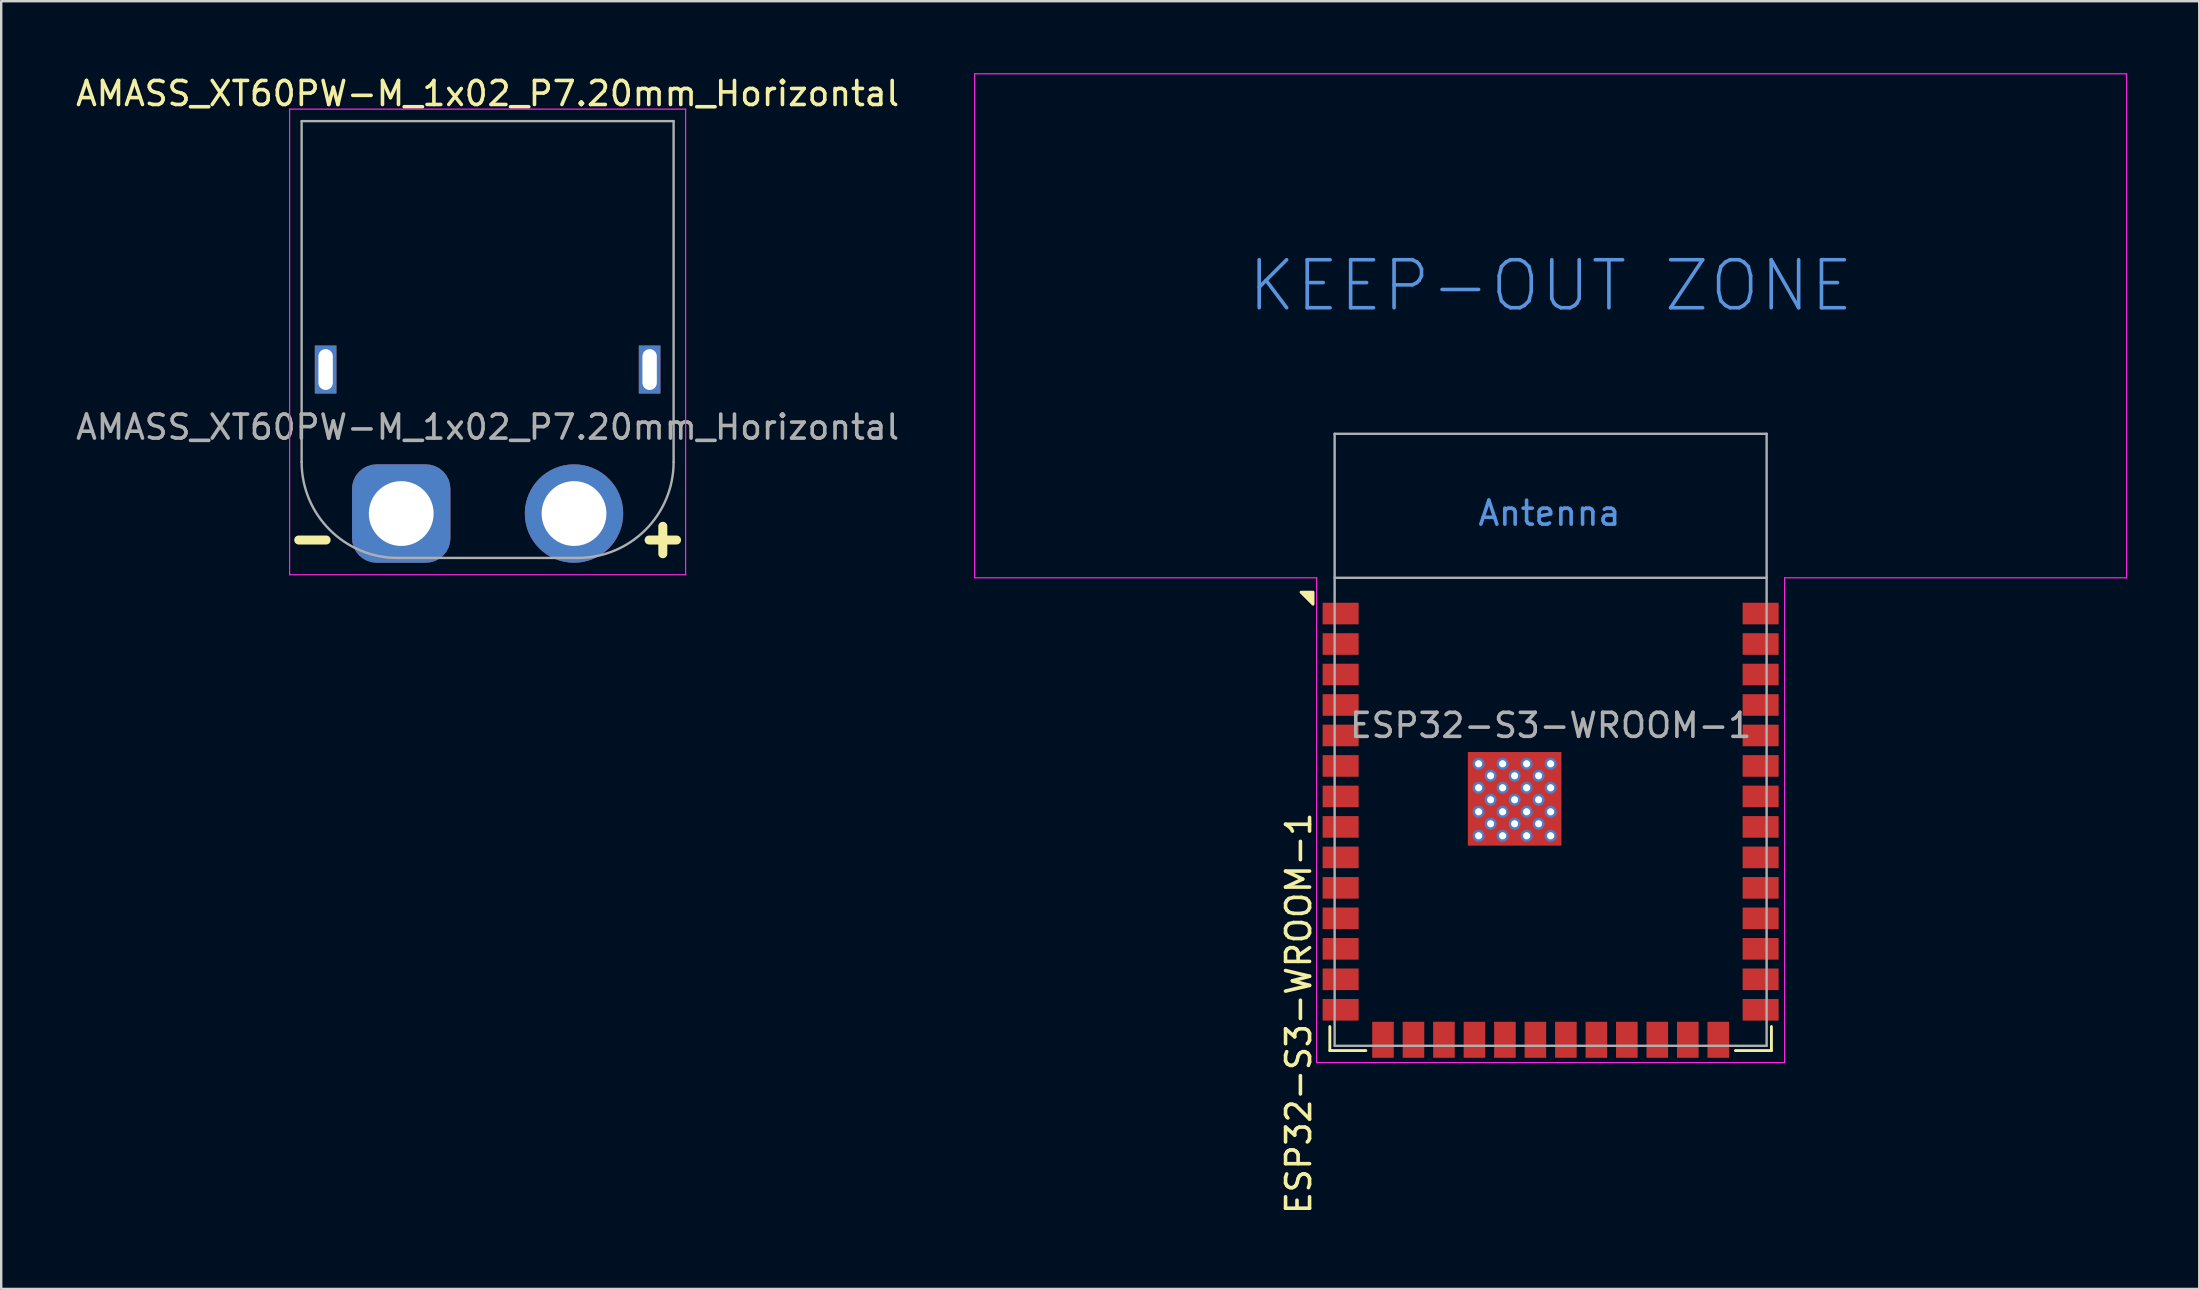
<source format=kicad_pcb>
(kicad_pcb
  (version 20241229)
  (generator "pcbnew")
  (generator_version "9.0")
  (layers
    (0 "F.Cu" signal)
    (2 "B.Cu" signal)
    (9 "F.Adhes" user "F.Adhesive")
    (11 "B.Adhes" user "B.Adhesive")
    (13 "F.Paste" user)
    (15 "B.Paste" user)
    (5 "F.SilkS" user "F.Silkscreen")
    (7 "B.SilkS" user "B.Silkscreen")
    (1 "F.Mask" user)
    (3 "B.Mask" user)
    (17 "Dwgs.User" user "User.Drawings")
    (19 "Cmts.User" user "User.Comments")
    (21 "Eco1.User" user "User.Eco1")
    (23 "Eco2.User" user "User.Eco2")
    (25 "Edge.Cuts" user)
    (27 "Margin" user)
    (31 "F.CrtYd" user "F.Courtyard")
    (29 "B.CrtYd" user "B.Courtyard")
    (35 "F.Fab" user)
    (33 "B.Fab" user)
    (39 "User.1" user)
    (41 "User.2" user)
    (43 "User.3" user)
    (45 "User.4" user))
  (footprint "ESP32-S3-WROOM-1"
    (layer "F.Cu")
    (at 61.561 27.775)
    (property "Reference" "ESP32-S3-WROOM-1" (at -10.5 11.4 90) (unlocked yes) (layer "F.SilkS") (effects (font (size 1 1) (thickness 0.15))))
    (attr smd)
    (fp_line (start -9.2 11.95) (end -9.2 12.95) (stroke (width 0.12) (type solid)) (layer "F.SilkS"))
    (fp_line (start -9.2 12.95) (end -7.7 12.95) (stroke (width 0.12) (type solid)) (layer "F.SilkS"))
    (fp_line (start 9.2 12.95) (end 7.7 12.95) (stroke (width 0.12) (type solid)) (layer "F.SilkS"))
    (fp_line (start 9.2 12.95) (end 9.2 11.95) (stroke (width 0.12) (type solid)) (layer "F.SilkS"))
    (fp_poly (pts (xy -9.9 -6.15) (xy -9.9 -5.65) (xy -10.4 -6.15) (xy -9.9 -6.15)) (stroke (width 0.12) (type solid)) (fill yes) (layer "F.SilkS"))
    (fp_line (start -24 -27.75) (end -24 -6.75) (stroke (width 0.05) (type solid)) (layer "F.CrtYd"))
    (fp_line (start -24 -6.75) (end -9.75 -6.75) (stroke (width 0.05) (type solid)) (layer "F.CrtYd"))
    (fp_line (start -9.75 13.45) (end -9.75 -6.75) (stroke (width 0.05) (type solid)) (layer "F.CrtYd"))
    (fp_line (start -9.75 13.45) (end 9.75 13.45) (stroke (width 0.05) (type solid)) (layer "F.CrtYd"))
    (fp_line (start 9.75 -6.75) (end 9.75 13.45) (stroke (width 0.05) (type solid)) (layer "F.CrtYd"))
    (fp_line (start 9.75 -6.75) (end 24 -6.75) (stroke (width 0.05) (type solid)) (layer "F.CrtYd"))
    (fp_line (start 24 -27.75) (end -24 -27.75) (stroke (width 0.05) (type solid)) (layer "F.CrtYd"))
    (fp_line (start 24 -6.75) (end 24 -27.75) (stroke (width 0.05) (type solid)) (layer "F.CrtYd"))
    (fp_line (start -9 -12.75) (end 9 -12.75) (stroke (width 0.1) (type solid)) (layer "F.Fab"))
    (fp_line (start -9 -6.75) (end 9 -6.75) (stroke (width 0.1) (type solid)) (layer "F.Fab"))
    (fp_line (start -9 12.75) (end -9 -12.75) (stroke (width 0.1) (type solid)) (layer "F.Fab"))
    (fp_line (start -9 12.75) (end 9 12.75) (stroke (width 0.1) (type solid)) (layer "F.Fab"))
    (fp_line (start 9 12.75) (end 9 -12.75) (stroke (width 0.1) (type solid)) (layer "F.Fab"))
    (fp_text user "KEEP-OUT ZONE" (at 0 -18.92 0) (layer "Cmts.User") (effects (font (size 2 2) (thickness 0.15))))
    (fp_text user "Antenna" (at -0.05 -9.44 0) (layer "Cmts.User") (effects (font (size 1 1) (thickness 0.15))))
    (fp_text user "${REFERENCE}" (at 0 -0.6 0) (unlocked yes) (layer "F.Fab") (effects (font (size 1 1) (thickness 0.15))))
    (pad "" smd rect (at -2.9 1.06) (size 0.9 0.9) (layers "F.Paste"))
    (pad "" smd rect (at -2.9 2.46 270) (size 0.9 0.9) (layers "F.Paste"))
    (pad "" smd rect (at -2.9 3.86) (size 0.9 0.9) (layers "F.Paste"))
    (pad "" smd rect (at -1.5 1.06 270) (size 0.9 0.9) (layers "F.Paste"))
    (pad "" smd rect (at -1.5 2.46 270) (size 0.9 0.9) (layers "F.Paste"))
    (pad "" smd rect (at -1.5 3.86 270) (size 0.9 0.9) (layers "F.Paste"))
    (pad "" smd rect (at -0.1 1.06 270) (size 0.9 0.9) (layers "F.Paste"))
    (pad "" smd rect (at -0.1 2.46 270) (size 0.9 0.9) (layers "F.Paste"))
    (pad "" smd rect (at -0.1 3.86 270) (size 0.9 0.9) (layers "F.Paste"))
    (pad "1" smd rect (at -8.75 -5.26) (size 1.5 0.9) (layers "F.Cu" "F.Mask" "F.Paste"))
    (pad "2" smd rect (at -8.75 -3.99) (size 1.5 0.9) (layers "F.Cu" "F.Mask" "F.Paste"))
    (pad "3" smd rect (at -8.75 -2.72) (size 1.5 0.9) (layers "F.Cu" "F.Mask" "F.Paste"))
    (pad "4" smd rect (at -8.75 -1.45) (size 1.5 0.9) (layers "F.Cu" "F.Mask" "F.Paste"))
    (pad "5" smd rect (at -8.75 -0.18) (size 1.5 0.9) (layers "F.Cu" "F.Mask" "F.Paste"))
    (pad "6" smd rect (at -8.75 1.09) (size 1.5 0.9) (layers "F.Cu" "F.Mask" "F.Paste"))
    (pad "7" smd rect (at -8.75 2.36) (size 1.5 0.9) (layers "F.Cu" "F.Mask" "F.Paste"))
    (pad "8" smd rect (at -8.75 3.63) (size 1.5 0.9) (layers "F.Cu" "F.Mask" "F.Paste"))
    (pad "9" smd rect (at -8.75 4.9) (size 1.5 0.9) (layers "F.Cu" "F.Mask" "F.Paste"))
    (pad "10" smd rect (at -8.75 6.17) (size 1.5 0.9) (layers "F.Cu" "F.Mask" "F.Paste"))
    (pad "11" smd rect (at -8.75 7.44) (size 1.5 0.9) (layers "F.Cu" "F.Mask" "F.Paste"))
    (pad "12" smd rect (at -8.75 8.71) (size 1.5 0.9) (layers "F.Cu" "F.Mask" "F.Paste"))
    (pad "13" smd rect (at -8.75 9.98) (size 1.5 0.9) (layers "F.Cu" "F.Mask" "F.Paste"))
    (pad "14" smd rect (at -8.75 11.25 180) (size 1.5 0.9) (layers "F.Cu" "F.Mask" "F.Paste"))
    (pad "15" smd rect (at -6.985 12.5 270) (size 1.5 0.9) (layers "F.Cu" "F.Mask" "F.Paste"))
    (pad "16" smd rect (at -5.715 12.5 270) (size 1.5 0.9) (layers "F.Cu" "F.Mask" "F.Paste"))
    (pad "17" smd rect (at -4.445 12.5 270) (size 1.5 0.9) (layers "F.Cu" "F.Mask" "F.Paste"))
    (pad "18" smd rect (at -3.175 12.5 270) (size 1.5 0.9) (layers "F.Cu" "F.Mask" "F.Paste"))
    (pad "19" smd rect (at -1.905 12.5 270) (size 1.5 0.9) (layers "F.Cu" "F.Mask" "F.Paste"))
    (pad "20" smd rect (at -0.635 12.5 270) (size 1.5 0.9) (layers "F.Cu" "F.Mask" "F.Paste"))
    (pad "21" smd rect (at 0.635 12.5 270) (size 1.5 0.9) (layers "F.Cu" "F.Mask" "F.Paste"))
    (pad "22" smd rect (at 1.905 12.5 270) (size 1.5 0.9) (layers "F.Cu" "F.Mask" "F.Paste"))
    (pad "23" smd rect (at 3.175 12.5 270) (size 1.5 0.9) (layers "F.Cu" "F.Mask" "F.Paste"))
    (pad "24" smd rect (at 4.445 12.5 270) (size 1.5 0.9) (layers "F.Cu" "F.Mask" "F.Paste"))
    (pad "25" smd rect (at 5.715 12.5 270) (size 1.5 0.9) (layers "F.Cu" "F.Mask" "F.Paste"))
    (pad "26" smd rect (at 6.985 12.5 270) (size 1.5 0.9) (layers "F.Cu" "F.Mask" "F.Paste"))
    (pad "27" smd rect (at 8.75 11.25) (size 1.5 0.9) (layers "F.Cu" "F.Mask" "F.Paste"))
    (pad "28" smd rect (at 8.75 9.98) (size 1.5 0.9) (layers "F.Cu" "F.Mask" "F.Paste"))
    (pad "29" smd rect (at 8.75 8.71) (size 1.5 0.9) (layers "F.Cu" "F.Mask" "F.Paste"))
    (pad "30" smd rect (at 8.75 7.44) (size 1.5 0.9) (layers "F.Cu" "F.Mask" "F.Paste"))
    (pad "31" smd rect (at 8.75 6.17) (size 1.5 0.9) (layers "F.Cu" "F.Mask" "F.Paste"))
    (pad "32" smd rect (at 8.75 4.9) (size 1.5 0.9) (layers "F.Cu" "F.Mask" "F.Paste"))
    (pad "33" smd rect (at 8.75 3.63) (size 1.5 0.9) (layers "F.Cu" "F.Mask" "F.Paste"))
    (pad "34" smd rect (at 8.75 2.36) (size 1.5 0.9) (layers "F.Cu" "F.Mask" "F.Paste"))
    (pad "35" smd rect (at 8.75 1.09) (size 1.5 0.9) (layers "F.Cu" "F.Mask" "F.Paste"))
    (pad "36" smd rect (at 8.75 -0.18) (size 1.5 0.9) (layers "F.Cu" "F.Mask" "F.Paste"))
    (pad "37" smd rect (at 8.75 -1.45) (size 1.5 0.9) (layers "F.Cu" "F.Mask" "F.Paste"))
    (pad "38" smd rect (at 8.75 -2.72) (size 1.5 0.9) (layers "F.Cu" "F.Mask" "F.Paste"))
    (pad "39" smd rect (at 8.75 -3.99) (size 1.5 0.9) (layers "F.Cu" "F.Mask" "F.Paste"))
    (pad "40" smd rect (at 8.75 -5.26) (size 1.5 0.9) (layers "F.Cu" "F.Mask" "F.Paste"))
    (pad "41" thru_hole oval (at -3 1) (size 0.5 0.5) (drill 0.3) (layers "*.Cu" "*.Mask"))
    (pad "41" thru_hole oval (at -3 2) (size 0.5 0.5) (drill 0.3) (layers "*.Cu" "*.Mask"))
    (pad "41" thru_hole oval (at -3 3) (size 0.5 0.5) (drill 0.3) (layers "*.Cu" "*.Mask"))
    (pad "41" thru_hole oval (at -3 4) (size 0.5 0.5) (drill 0.3) (layers "*.Cu" "*.Mask"))
    (pad "41" thru_hole oval (at -2.5 1.5) (size 0.5 0.5) (drill 0.3) (layers "*.Cu" "*.Mask"))
    (pad "41" thru_hole oval (at -2.5 2.5) (size 0.5 0.5) (drill 0.3) (layers "*.Cu" "*.Mask"))
    (pad "41" thru_hole oval (at -2.5 3.5) (size 0.5 0.5) (drill 0.3) (layers "*.Cu" "*.Mask"))
    (pad "41" thru_hole oval (at -2 1) (size 0.5 0.5) (drill 0.3) (layers "*.Cu" "*.Mask"))
    (pad "41" thru_hole oval (at -2 2) (size 0.5 0.5) (drill 0.3) (layers "*.Cu" "*.Mask"))
    (pad "41" thru_hole oval (at -2 3) (size 0.5 0.5) (drill 0.3) (layers "*.Cu" "*.Mask"))
    (pad "41" thru_hole oval (at -2 4) (size 0.5 0.5) (drill 0.3) (layers "*.Cu" "*.Mask"))
    (pad "41" thru_hole oval (at -1.5 1.5) (size 0.5 0.5) (drill 0.3) (layers "*.Cu" "*.Mask"))
    (pad "41" smd rect (at -1.5 2.46 270) (size 3.9 3.9) (property pad_prop_heatsink) (layers "F.Cu" "F.Mask"))
    (pad "41" thru_hole oval (at -1.5 2.5) (size 0.5 0.5) (drill 0.3) (layers "*.Cu" "*.Mask"))
    (pad "41" thru_hole oval (at -1.5 3.5) (size 0.5 0.5) (drill 0.3) (layers "*.Cu" "*.Mask"))
    (pad "41" thru_hole oval (at -1 1) (size 0.5 0.5) (drill 0.3) (layers "*.Cu" "*.Mask"))
    (pad "41" thru_hole oval (at -1 2) (size 0.5 0.5) (drill 0.3) (layers "*.Cu" "*.Mask"))
    (pad "41" thru_hole oval (at -1 3) (size 0.5 0.5) (drill 0.3) (layers "*.Cu" "*.Mask"))
    (pad "41" thru_hole oval (at -1 4) (size 0.5 0.5) (drill 0.3) (layers "*.Cu" "*.Mask"))
    (pad "41" thru_hole oval (at -0.5 1.5) (size 0.5 0.5) (drill 0.3) (layers "*.Cu" "*.Mask"))
    (pad "41" thru_hole oval (at -0.5 2.5) (size 0.5 0.5) (drill 0.3) (layers "*.Cu" "*.Mask"))
    (pad "41" thru_hole oval (at -0.5 3.5) (size 0.5 0.5) (drill 0.3) (layers "*.Cu" "*.Mask"))
    (pad "41" thru_hole oval (at 0 1) (size 0.5 0.5) (drill 0.3) (layers "*.Cu" "*.Mask"))
    (pad "41" thru_hole oval (at 0 2) (size 0.5 0.5) (drill 0.3) (layers "*.Cu" "*.Mask"))
    (pad "41" thru_hole oval (at 0 3) (size 0.5 0.5) (drill 0.3) (layers "*.Cu" "*.Mask"))
    (pad "41" thru_hole oval (at 0 4) (size 0.5 0.5) (drill 0.3) (layers "*.Cu" "*.Mask"))
    (zone (net_name "") (layers "F.Cu" "B.Cu") (hatch full 0.508) (connect_pads) (min_thickness 0.254) (filled_areas_thickness no) (keepout (tracks not_allowed) (vias not_allowed) (pads not_allowed) (copperpour not_allowed) (footprints not_allowed)) (placement (enabled no)) (fill) (polygon (pts (xy 37.561 21.025) (xy 85.561 21.025) (xy 85.561 0.025) (xy 37.561 0.025)))))
  (footprint "AMASS_XT60PW-M_1x02_P7.20mm_Horizontal"
    (layer "F.Cu")
    (at 13.668 18.348)
    (property "Reference" "AMASS_XT60PW-M_1x02_P7.20mm_Horizontal" (at 3.6 -17.5 0) (layer "F.SilkS") (effects (font (size 1 1) (thickness 0.15))))
    (attr through_hole)
    (fp_line (start -4.65 -16.85) (end -4.65 2.55) (stroke (width 0.05) (type solid)) (layer "F.CrtYd"))
    (fp_line (start -4.65 -16.85) (end 11.85 -16.85) (stroke (width 0.05) (type solid)) (layer "F.CrtYd"))
    (fp_line (start 11.85 -16.85) (end 11.85 2.55) (stroke (width 0.05) (type solid)) (layer "F.CrtYd"))
    (fp_line (start 11.85 2.55) (end -4.65 2.55) (stroke (width 0.05) (type solid)) (layer "F.CrtYd"))
    (fp_line (start -4.15 -16.35) (end -4.15 -2.15) (stroke (width 0.1) (type solid)) (layer "F.Fab"))
    (fp_line (start -4.15 -16.35) (end 11.35 -16.35) (stroke (width 0.1) (type solid)) (layer "F.Fab"))
    (fp_line (start -0.15 1.85) (end 7.35 1.85) (stroke (width 0.1) (type solid)) (layer "F.Fab"))
    (fp_line (start 11.35 -16.35) (end 11.35 -2.15) (stroke (width 0.1) (type solid)) (layer "F.Fab"))
    (fp_arc (start -0.15 1.85) (mid -2.978427 0.678427) (end -4.15 -2.15) (stroke (width 0.1) (type solid)) (layer "F.Fab"))
    (fp_arc (start 11.35 -2.15) (mid 10.178427 0.678427) (end 7.35 1.85) (stroke (width 0.1) (type solid)) (layer "F.Fab"))
    (fp_text user "+" (at 10.9 1 0) (layer "F.SilkS") (effects (font (size 1.5 1.5) (thickness 0.375) (bold yes))))
    (fp_text user "-" (at -3.7 1 0) (layer "F.SilkS") (effects (font (size 1.5 1.5) (thickness 0.375) (bold yes))))
    (fp_text user "${REFERENCE}" (at 3.6 -3.6 0) (layer "F.Fab") (effects (font (size 1 1) (thickness 0.15))))
    (pad "" thru_hole rect (at -3.15 -6) (size 0.9 2) (drill oval 0.6 1.7) (layers "*.Cu" "*.Mask"))
    (pad "" thru_hole rect (at 10.35 -6) (size 0.9 2) (drill oval 0.6 1.7) (layers "*.Cu" "*.Mask"))
    (pad "1" thru_hole roundrect (at 0 0) (size 4.1 4.1) (drill 2.7) (layers "*.Cu" "*.Mask") (roundrect_rratio 0.25))
    (pad "2" thru_hole circle (at 7.2 0) (size 4.1 4.1) (drill 2.7) (layers "*.Cu" "*.Mask")))
  (gr_rect
    (start -3 -3)
    (end 88.586 50.657)
    (stroke (width 0.1) (type default))
    (fill no)
    (layer "Edge.Cuts")))
</source>
